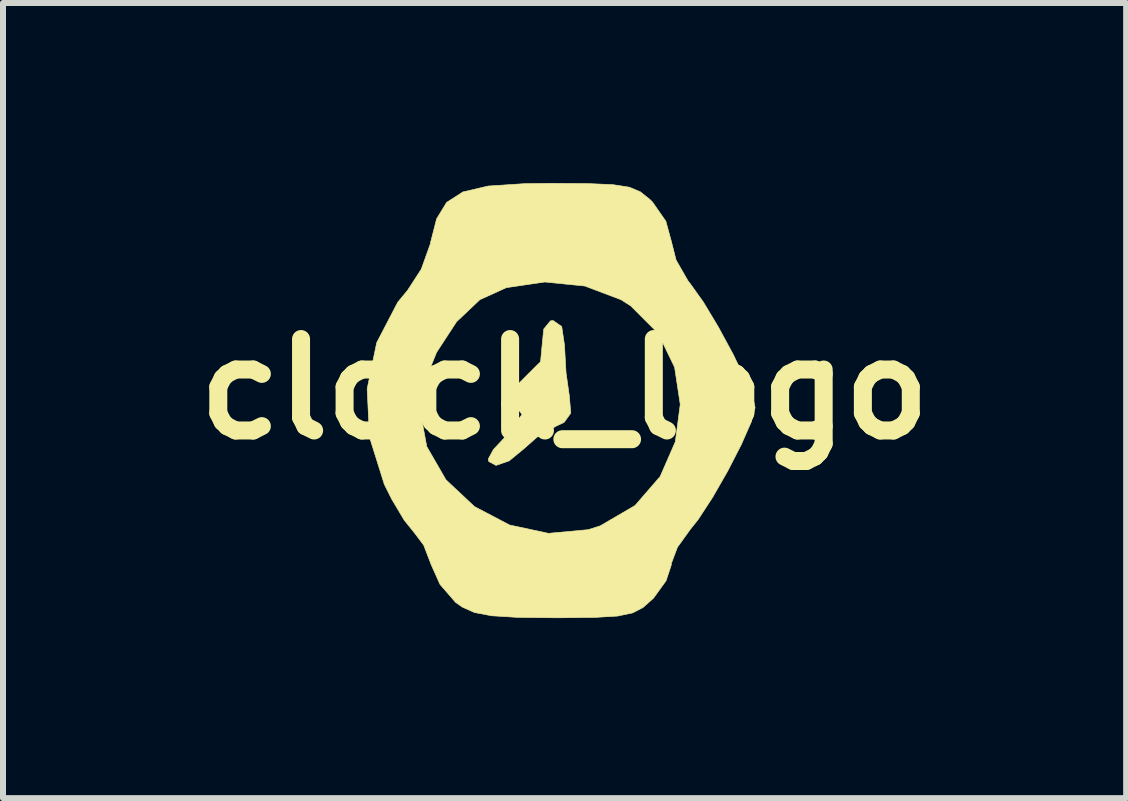
<source format=kicad_pcb>
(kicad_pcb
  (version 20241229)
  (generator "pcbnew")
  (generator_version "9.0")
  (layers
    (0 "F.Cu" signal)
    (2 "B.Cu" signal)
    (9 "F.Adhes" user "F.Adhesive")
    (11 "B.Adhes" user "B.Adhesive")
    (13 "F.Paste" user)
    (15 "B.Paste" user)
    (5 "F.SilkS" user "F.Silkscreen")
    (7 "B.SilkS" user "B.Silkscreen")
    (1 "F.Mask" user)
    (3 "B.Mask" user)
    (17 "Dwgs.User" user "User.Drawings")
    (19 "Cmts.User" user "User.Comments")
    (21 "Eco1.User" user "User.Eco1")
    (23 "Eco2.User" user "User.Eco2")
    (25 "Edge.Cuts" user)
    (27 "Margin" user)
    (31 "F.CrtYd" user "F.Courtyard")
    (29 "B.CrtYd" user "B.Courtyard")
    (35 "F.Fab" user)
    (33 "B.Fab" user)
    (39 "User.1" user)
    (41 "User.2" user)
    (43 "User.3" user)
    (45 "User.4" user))
  (footprint "clock_logo"
    (layer "F.Cu")
    (at 6.357 3.434)
    (property "Reference" "clock_logo" (at 0 0 0) (layer "F.SilkS") (effects (font (size 1.524 1.524) (thickness 0.3))))
    (attr through_hole)
    (fp_poly (pts (xy -0.047 -1.043) (xy -0.000036 -0.727) (xy 0 -0.714) (xy 0.025 -0.274) (xy 0.079 0.108) (xy 0.104 0.4) (xy -0.007 0.554) (xy -0.143 0.618) (xy -0.463 0.804) (xy -0.686 1.001) (xy -0.924 1.196) (xy -1.142 1.271) (xy -1.263 1.206) (xy -1.27 1.163) (xy -1.185 1.006) (xy -1.015 0.825) (xy -0.631 0.321) (xy -0.414 -0.303) (xy -0.381 -0.655) (xy -0.347 -1) (xy -0.235 -1.137) (xy -0.191 -1.143) (xy -0.047 -1.043)) (stroke (width 0.01) (type solid)) (fill yes) (layer "F.SilkS"))
    (fp_poly (pts (xy 0.39 -3.425) (xy 0.806 -3.407) (xy 1.079 -3.365) (xy 1.264 -3.287) (xy 1.417 -3.165) (xy 1.466 -3.117) (xy 1.688 -2.798) (xy 1.778 -2.469) (xy 1.859 -2.15) (xy 2.058 -1.803) (xy 2.099 -1.751) (xy 2.313 -1.451) (xy 2.562 -1.037) (xy 2.809 -0.581) (xy 3.016 -0.151) (xy 3.148 0.18) (xy 3.175 0.31) (xy 3.112 0.545) (xy 2.947 0.921) (xy 2.719 1.365) (xy 2.466 1.806) (xy 2.227 2.172) (xy 2.094 2.339) (xy 1.881 2.635) (xy 1.779 2.907) (xy 1.778 2.933) (xy 1.692 3.193) (xy 1.484 3.481) (xy 1.466 3.498) (xy 1.308 3.639) (xy 1.134 3.729) (xy 0.886 3.781) (xy 0.508 3.804) (xy -0.057 3.81) (xy -0.168 3.81) (xy -0.788 3.803) (xy -1.213 3.777) (xy -1.5 3.723) (xy -1.705 3.631) (xy -1.815 3.554) (xy -2.075 3.254) (xy -2.221 2.928) (xy -2.347 2.6) (xy -2.505 2.39) (xy -2.672 2.183) (xy -2.879 1.835) (xy -3.003 1.587) (xy -3.249 0.803) (xy -3.273 0.324) (xy -2.413 0.324) (xy -2.296 0.957) (xy -1.976 1.511) (xy -1.501 1.957) (xy -0.916 2.264) (xy -0.269 2.403) (xy 0.394 2.342) (xy 0.595 2.278) (xy 1.175 1.939) (xy 1.594 1.455) (xy 1.846 0.877) (xy 1.928 0.254) (xy 1.834 -0.364) (xy 1.561 -0.928) (xy 1.103 -1.387) (xy 0.941 -1.49) (xy 0.338 -1.718) (xy -0.33 -1.785) (xy -0.969 -1.691) (xy -1.41 -1.491) (xy -1.799 -1.123) (xy -2.132 -0.613) (xy -2.354 -0.064) (xy -2.413 0.324) (xy -3.273 0.324) (xy -3.289 -0.004) (xy -3.13 -0.774) (xy -2.78 -1.447) (xy -2.612 -1.651) (xy -2.387 -1.999) (xy -2.238 -2.415) (xy -2.232 -2.445) (xy -2.132 -2.837) (xy -1.965 -3.111) (xy -1.693 -3.286) (xy -1.272 -3.384) (xy -0.663 -3.424) (xy -0.224 -3.429) (xy 0.39 -3.425)) (stroke (width 0.01) (type solid)) (fill yes) (layer "F.SilkS")))
  (gr_rect
    (start -3 -3)
    (end 15.715 10.249)
    (stroke (width 0.1) (type default))
    (fill no)
    (layer "Edge.Cuts")))
</source>
